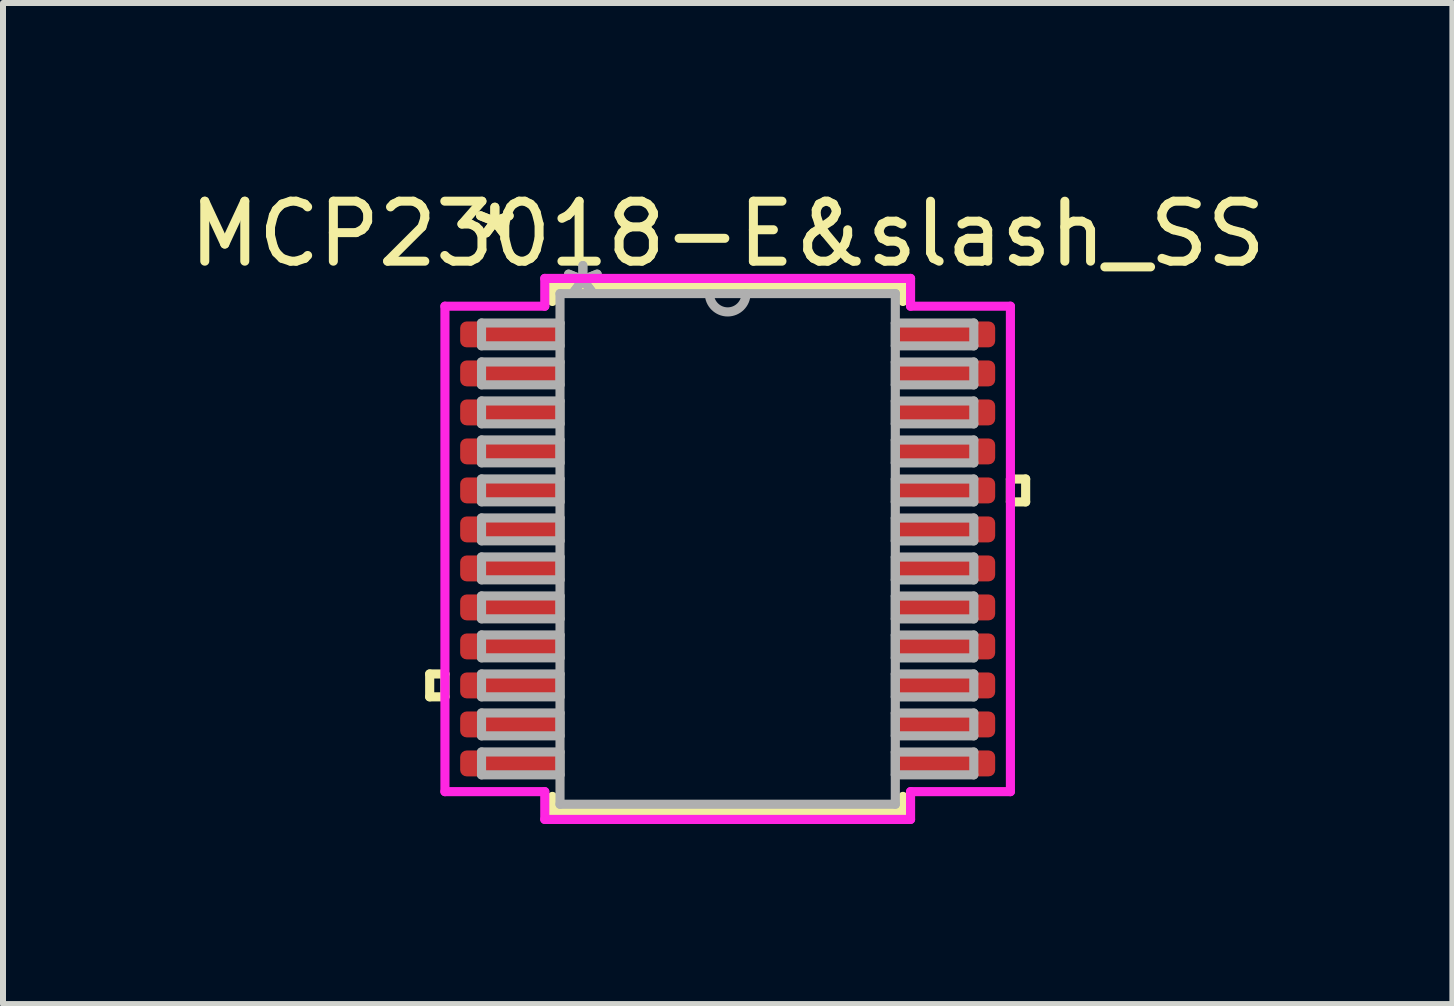
<source format=kicad_pcb>
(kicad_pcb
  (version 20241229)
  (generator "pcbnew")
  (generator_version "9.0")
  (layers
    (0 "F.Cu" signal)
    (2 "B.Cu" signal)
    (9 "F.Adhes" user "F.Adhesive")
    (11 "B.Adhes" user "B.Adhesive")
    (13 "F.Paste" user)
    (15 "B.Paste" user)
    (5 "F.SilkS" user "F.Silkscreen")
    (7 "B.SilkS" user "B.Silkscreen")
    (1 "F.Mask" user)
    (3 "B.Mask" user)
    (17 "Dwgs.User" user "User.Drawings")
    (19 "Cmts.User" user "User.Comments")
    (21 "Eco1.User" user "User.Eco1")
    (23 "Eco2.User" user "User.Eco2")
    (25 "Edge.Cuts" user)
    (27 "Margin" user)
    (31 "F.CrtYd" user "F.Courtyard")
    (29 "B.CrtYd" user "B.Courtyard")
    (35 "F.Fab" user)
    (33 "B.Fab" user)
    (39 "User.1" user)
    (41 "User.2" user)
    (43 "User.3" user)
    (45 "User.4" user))
  (footprint "MCP23018-E&slash_SS"
    (layer "F.Cu")
    (at 9.077 6.098)
    (property "Reference" "MCP23018-E&slash_SS" (at 0 -5.25 0) (layer "F.SilkS") (effects (font (size 1 1) (thickness 0.15))))
    (attr smd)
    (fp_line (start -4.966 2.084) (end -4.966 2.465) (stroke (width 0.152) (type solid)) (layer "F.SilkS"))
    (fp_line (start -4.966 2.465) (end -4.712 2.465) (stroke (width 0.152) (type solid)) (layer "F.SilkS"))
    (fp_line (start -4.712 2.084) (end -4.966 2.084) (stroke (width 0.152) (type solid)) (layer "F.SilkS"))
    (fp_line (start -4.712 2.465) (end -4.712 2.084) (stroke (width 0.152) (type solid)) (layer "F.SilkS"))
    (fp_line (start -2.921 -4.381) (end -2.921 -4.124) (stroke (width 0.152) (type solid)) (layer "F.SilkS"))
    (fp_line (start -2.921 4.124) (end -2.921 4.381) (stroke (width 0.152) (type solid)) (layer "F.SilkS"))
    (fp_line (start -2.921 4.381) (end 2.921 4.381) (stroke (width 0.152) (type solid)) (layer "F.SilkS"))
    (fp_line (start 2.921 -4.381) (end -2.921 -4.381) (stroke (width 0.152) (type solid)) (layer "F.SilkS"))
    (fp_line (start 2.921 -4.124) (end 2.921 -4.381) (stroke (width 0.152) (type solid)) (layer "F.SilkS"))
    (fp_line (start 2.921 4.381) (end 2.921 4.124) (stroke (width 0.152) (type solid)) (layer "F.SilkS"))
    (fp_line (start 4.712 -1.165) (end 4.966 -1.165) (stroke (width 0.152) (type solid)) (layer "F.SilkS"))
    (fp_line (start 4.712 -0.784) (end 4.712 -1.165) (stroke (width 0.152) (type solid)) (layer "F.SilkS"))
    (fp_line (start 4.966 -1.165) (end 4.966 -0.784) (stroke (width 0.152) (type solid)) (layer "F.SilkS"))
    (fp_line (start 4.966 -0.784) (end 4.712 -0.784) (stroke (width 0.152) (type solid)) (layer "F.SilkS"))
    (fp_line (start -4.712 -4.045) (end -3.048 -4.045) (stroke (width 0.152) (type solid)) (layer "F.CrtYd"))
    (fp_line (start -4.712 4.045) (end -4.712 -4.045) (stroke (width 0.152) (type solid)) (layer "F.CrtYd"))
    (fp_line (start -3.048 -4.508) (end 3.048 -4.508) (stroke (width 0.152) (type solid)) (layer "F.CrtYd"))
    (fp_line (start -3.048 -4.045) (end -3.048 -4.508) (stroke (width 0.152) (type solid)) (layer "F.CrtYd"))
    (fp_line (start -3.048 4.045) (end -4.712 4.045) (stroke (width 0.152) (type solid)) (layer "F.CrtYd"))
    (fp_line (start -3.048 4.508) (end -3.048 4.045) (stroke (width 0.152) (type solid)) (layer "F.CrtYd"))
    (fp_line (start 3.048 -4.508) (end 3.048 -4.045) (stroke (width 0.152) (type solid)) (layer "F.CrtYd"))
    (fp_line (start 3.048 -4.045) (end 4.712 -4.045) (stroke (width 0.152) (type solid)) (layer "F.CrtYd"))
    (fp_line (start 3.048 4.045) (end 3.048 4.508) (stroke (width 0.152) (type solid)) (layer "F.CrtYd"))
    (fp_line (start 3.048 4.508) (end -3.048 4.508) (stroke (width 0.152) (type solid)) (layer "F.CrtYd"))
    (fp_line (start 4.712 -4.045) (end 4.712 4.045) (stroke (width 0.152) (type solid)) (layer "F.CrtYd"))
    (fp_line (start 4.712 4.045) (end 3.048 4.045) (stroke (width 0.152) (type solid)) (layer "F.CrtYd"))
    (fp_line (start -4.102 -3.765) (end -4.102 -3.385) (stroke (width 0.152) (type solid)) (layer "F.Fab"))
    (fp_line (start -4.102 -3.385) (end -2.794 -3.385) (stroke (width 0.152) (type solid)) (layer "F.Fab"))
    (fp_line (start -4.102 -3.116) (end -4.102 -2.735) (stroke (width 0.152) (type solid)) (layer "F.Fab"))
    (fp_line (start -4.102 -2.735) (end -2.794 -2.735) (stroke (width 0.152) (type solid)) (layer "F.Fab"))
    (fp_line (start -4.102 -2.466) (end -4.102 -2.085) (stroke (width 0.152) (type solid)) (layer "F.Fab"))
    (fp_line (start -4.102 -2.085) (end -2.794 -2.085) (stroke (width 0.152) (type solid)) (layer "F.Fab"))
    (fp_line (start -4.102 -1.816) (end -4.102 -1.435) (stroke (width 0.152) (type solid)) (layer "F.Fab"))
    (fp_line (start -4.102 -1.435) (end -2.794 -1.435) (stroke (width 0.152) (type solid)) (layer "F.Fab"))
    (fp_line (start -4.102 -1.166) (end -4.102 -0.785) (stroke (width 0.152) (type solid)) (layer "F.Fab"))
    (fp_line (start -4.102 -0.785) (end -2.794 -0.785) (stroke (width 0.152) (type solid)) (layer "F.Fab"))
    (fp_line (start -4.102 -0.516) (end -4.102 -0.135) (stroke (width 0.152) (type solid)) (layer "F.Fab"))
    (fp_line (start -4.102 -0.135) (end -2.794 -0.135) (stroke (width 0.152) (type solid)) (layer "F.Fab"))
    (fp_line (start -4.102 0.134) (end -4.102 0.515) (stroke (width 0.152) (type solid)) (layer "F.Fab"))
    (fp_line (start -4.102 0.515) (end -2.794 0.515) (stroke (width 0.152) (type solid)) (layer "F.Fab"))
    (fp_line (start -4.102 0.784) (end -4.102 1.165) (stroke (width 0.152) (type solid)) (layer "F.Fab"))
    (fp_line (start -4.102 1.165) (end -2.794 1.165) (stroke (width 0.152) (type solid)) (layer "F.Fab"))
    (fp_line (start -4.102 1.434) (end -4.102 1.815) (stroke (width 0.152) (type solid)) (layer "F.Fab"))
    (fp_line (start -4.102 1.815) (end -2.794 1.815) (stroke (width 0.152) (type solid)) (layer "F.Fab"))
    (fp_line (start -4.102 2.084) (end -4.102 2.465) (stroke (width 0.152) (type solid)) (layer "F.Fab"))
    (fp_line (start -4.102 2.465) (end -2.794 2.465) (stroke (width 0.152) (type solid)) (layer "F.Fab"))
    (fp_line (start -4.102 2.734) (end -4.102 3.115) (stroke (width 0.152) (type solid)) (layer "F.Fab"))
    (fp_line (start -4.102 3.115) (end -2.794 3.115) (stroke (width 0.152) (type solid)) (layer "F.Fab"))
    (fp_line (start -4.102 3.384) (end -4.102 3.765) (stroke (width 0.152) (type solid)) (layer "F.Fab"))
    (fp_line (start -4.102 3.765) (end -2.794 3.765) (stroke (width 0.152) (type solid)) (layer "F.Fab"))
    (fp_line (start -2.794 -4.255) (end -2.794 4.255) (stroke (width 0.152) (type solid)) (layer "F.Fab"))
    (fp_line (start -2.794 -3.765) (end -4.102 -3.765) (stroke (width 0.152) (type solid)) (layer "F.Fab"))
    (fp_line (start -2.794 -3.385) (end -2.794 -3.765) (stroke (width 0.152) (type solid)) (layer "F.Fab"))
    (fp_line (start -2.794 -3.116) (end -4.102 -3.116) (stroke (width 0.152) (type solid)) (layer "F.Fab"))
    (fp_line (start -2.794 -2.735) (end -2.794 -3.116) (stroke (width 0.152) (type solid)) (layer "F.Fab"))
    (fp_line (start -2.794 -2.466) (end -4.102 -2.466) (stroke (width 0.152) (type solid)) (layer "F.Fab"))
    (fp_line (start -2.794 -2.085) (end -2.794 -2.466) (stroke (width 0.152) (type solid)) (layer "F.Fab"))
    (fp_line (start -2.794 -1.816) (end -4.102 -1.816) (stroke (width 0.152) (type solid)) (layer "F.Fab"))
    (fp_line (start -2.794 -1.435) (end -2.794 -1.816) (stroke (width 0.152) (type solid)) (layer "F.Fab"))
    (fp_line (start -2.794 -1.166) (end -4.102 -1.166) (stroke (width 0.152) (type solid)) (layer "F.Fab"))
    (fp_line (start -2.794 -0.785) (end -2.794 -1.166) (stroke (width 0.152) (type solid)) (layer "F.Fab"))
    (fp_line (start -2.794 -0.516) (end -4.102 -0.516) (stroke (width 0.152) (type solid)) (layer "F.Fab"))
    (fp_line (start -2.794 -0.135) (end -2.794 -0.516) (stroke (width 0.152) (type solid)) (layer "F.Fab"))
    (fp_line (start -2.794 0.134) (end -4.102 0.134) (stroke (width 0.152) (type solid)) (layer "F.Fab"))
    (fp_line (start -2.794 0.515) (end -2.794 0.134) (stroke (width 0.152) (type solid)) (layer "F.Fab"))
    (fp_line (start -2.794 0.784) (end -4.102 0.784) (stroke (width 0.152) (type solid)) (layer "F.Fab"))
    (fp_line (start -2.794 1.165) (end -2.794 0.784) (stroke (width 0.152) (type solid)) (layer "F.Fab"))
    (fp_line (start -2.794 1.434) (end -4.102 1.434) (stroke (width 0.152) (type solid)) (layer "F.Fab"))
    (fp_line (start -2.794 1.815) (end -2.794 1.434) (stroke (width 0.152) (type solid)) (layer "F.Fab"))
    (fp_line (start -2.794 2.084) (end -4.102 2.084) (stroke (width 0.152) (type solid)) (layer "F.Fab"))
    (fp_line (start -2.794 2.465) (end -2.794 2.084) (stroke (width 0.152) (type solid)) (layer "F.Fab"))
    (fp_line (start -2.794 2.734) (end -4.102 2.734) (stroke (width 0.152) (type solid)) (layer "F.Fab"))
    (fp_line (start -2.794 3.115) (end -2.794 2.734) (stroke (width 0.152) (type solid)) (layer "F.Fab"))
    (fp_line (start -2.794 3.384) (end -4.102 3.384) (stroke (width 0.152) (type solid)) (layer "F.Fab"))
    (fp_line (start -2.794 3.765) (end -2.794 3.384) (stroke (width 0.152) (type solid)) (layer "F.Fab"))
    (fp_line (start -2.794 4.255) (end 2.794 4.255) (stroke (width 0.152) (type solid)) (layer "F.Fab"))
    (fp_line (start 2.794 -4.255) (end -2.794 -4.255) (stroke (width 0.152) (type solid)) (layer "F.Fab"))
    (fp_line (start 2.794 -3.765) (end 2.794 -3.384) (stroke (width 0.152) (type solid)) (layer "F.Fab"))
    (fp_line (start 2.794 -3.384) (end 4.102 -3.384) (stroke (width 0.152) (type solid)) (layer "F.Fab"))
    (fp_line (start 2.794 -3.115) (end 2.794 -2.734) (stroke (width 0.152) (type solid)) (layer "F.Fab"))
    (fp_line (start 2.794 -2.734) (end 4.102 -2.734) (stroke (width 0.152) (type solid)) (layer "F.Fab"))
    (fp_line (start 2.794 -2.465) (end 2.794 -2.084) (stroke (width 0.152) (type solid)) (layer "F.Fab"))
    (fp_line (start 2.794 -2.084) (end 4.102 -2.084) (stroke (width 0.152) (type solid)) (layer "F.Fab"))
    (fp_line (start 2.794 -1.815) (end 2.794 -1.434) (stroke (width 0.152) (type solid)) (layer "F.Fab"))
    (fp_line (start 2.794 -1.434) (end 4.102 -1.434) (stroke (width 0.152) (type solid)) (layer "F.Fab"))
    (fp_line (start 2.794 -1.165) (end 2.794 -0.784) (stroke (width 0.152) (type solid)) (layer "F.Fab"))
    (fp_line (start 2.794 -0.784) (end 4.102 -0.784) (stroke (width 0.152) (type solid)) (layer "F.Fab"))
    (fp_line (start 2.794 -0.515) (end 2.794 -0.134) (stroke (width 0.152) (type solid)) (layer "F.Fab"))
    (fp_line (start 2.794 -0.134) (end 4.102 -0.134) (stroke (width 0.152) (type solid)) (layer "F.Fab"))
    (fp_line (start 2.794 0.135) (end 2.794 0.516) (stroke (width 0.152) (type solid)) (layer "F.Fab"))
    (fp_line (start 2.794 0.516) (end 4.102 0.516) (stroke (width 0.152) (type solid)) (layer "F.Fab"))
    (fp_line (start 2.794 0.785) (end 2.794 1.166) (stroke (width 0.152) (type solid)) (layer "F.Fab"))
    (fp_line (start 2.794 1.166) (end 4.102 1.166) (stroke (width 0.152) (type solid)) (layer "F.Fab"))
    (fp_line (start 2.794 1.435) (end 2.794 1.816) (stroke (width 0.152) (type solid)) (layer "F.Fab"))
    (fp_line (start 2.794 1.816) (end 4.102 1.816) (stroke (width 0.152) (type solid)) (layer "F.Fab"))
    (fp_line (start 2.794 2.084) (end 2.794 2.466) (stroke (width 0.152) (type solid)) (layer "F.Fab"))
    (fp_line (start 2.794 2.466) (end 4.102 2.466) (stroke (width 0.152) (type solid)) (layer "F.Fab"))
    (fp_line (start 2.794 2.735) (end 2.794 3.115) (stroke (width 0.152) (type solid)) (layer "F.Fab"))
    (fp_line (start 2.794 3.115) (end 4.102 3.115) (stroke (width 0.152) (type solid)) (layer "F.Fab"))
    (fp_line (start 2.794 3.385) (end 2.794 3.765) (stroke (width 0.152) (type solid)) (layer "F.Fab"))
    (fp_line (start 2.794 3.765) (end 4.102 3.765) (stroke (width 0.152) (type solid)) (layer "F.Fab"))
    (fp_line (start 2.794 4.255) (end 2.794 -4.255) (stroke (width 0.152) (type solid)) (layer "F.Fab"))
    (fp_line (start 4.102 -3.765) (end 2.794 -3.765) (stroke (width 0.152) (type solid)) (layer "F.Fab"))
    (fp_line (start 4.102 -3.384) (end 4.102 -3.765) (stroke (width 0.152) (type solid)) (layer "F.Fab"))
    (fp_line (start 4.102 -3.115) (end 2.794 -3.115) (stroke (width 0.152) (type solid)) (layer "F.Fab"))
    (fp_line (start 4.102 -2.734) (end 4.102 -3.115) (stroke (width 0.152) (type solid)) (layer "F.Fab"))
    (fp_line (start 4.102 -2.465) (end 2.794 -2.465) (stroke (width 0.152) (type solid)) (layer "F.Fab"))
    (fp_line (start 4.102 -2.084) (end 4.102 -2.465) (stroke (width 0.152) (type solid)) (layer "F.Fab"))
    (fp_line (start 4.102 -1.815) (end 2.794 -1.815) (stroke (width 0.152) (type solid)) (layer "F.Fab"))
    (fp_line (start 4.102 -1.434) (end 4.102 -1.815) (stroke (width 0.152) (type solid)) (layer "F.Fab"))
    (fp_line (start 4.102 -1.165) (end 2.794 -1.165) (stroke (width 0.152) (type solid)) (layer "F.Fab"))
    (fp_line (start 4.102 -0.784) (end 4.102 -1.165) (stroke (width 0.152) (type solid)) (layer "F.Fab"))
    (fp_line (start 4.102 -0.515) (end 2.794 -0.515) (stroke (width 0.152) (type solid)) (layer "F.Fab"))
    (fp_line (start 4.102 -0.134) (end 4.102 -0.515) (stroke (width 0.152) (type solid)) (layer "F.Fab"))
    (fp_line (start 4.102 0.135) (end 2.794 0.135) (stroke (width 0.152) (type solid)) (layer "F.Fab"))
    (fp_line (start 4.102 0.516) (end 4.102 0.135) (stroke (width 0.152) (type solid)) (layer "F.Fab"))
    (fp_line (start 4.102 0.785) (end 2.794 0.785) (stroke (width 0.152) (type solid)) (layer "F.Fab"))
    (fp_line (start 4.102 1.166) (end 4.102 0.785) (stroke (width 0.152) (type solid)) (layer "F.Fab"))
    (fp_line (start 4.102 1.435) (end 2.794 1.435) (stroke (width 0.152) (type solid)) (layer "F.Fab"))
    (fp_line (start 4.102 1.816) (end 4.102 1.435) (stroke (width 0.152) (type solid)) (layer "F.Fab"))
    (fp_line (start 4.102 2.084) (end 2.794 2.084) (stroke (width 0.152) (type solid)) (layer "F.Fab"))
    (fp_line (start 4.102 2.466) (end 4.102 2.084) (stroke (width 0.152) (type solid)) (layer "F.Fab"))
    (fp_line (start 4.102 2.735) (end 2.794 2.735) (stroke (width 0.152) (type solid)) (layer "F.Fab"))
    (fp_line (start 4.102 3.115) (end 4.102 2.735) (stroke (width 0.152) (type solid)) (layer "F.Fab"))
    (fp_line (start 4.102 3.385) (end 2.794 3.385) (stroke (width 0.152) (type solid)) (layer "F.Fab"))
    (fp_line (start 4.102 3.765) (end 4.102 3.385) (stroke (width 0.152) (type solid)) (layer "F.Fab"))
    (fp_arc (start 0.3048 -4.2545) (mid 0 -3.9497) (end -0.3048 -4.2545) (stroke (width 0.1524) (type solid)) (layer "F.Fab"))
    (fp_text user "*" (at -3.88 -5.15 0) (layer "F.SilkS") (effects (font (size 1 1) (thickness 0.15))))
    (fp_text user "*" (at -3.88 -5.15 0) (layer "F.SilkS") (effects (font (size 1 1) (thickness 0.15))))
    (fp_text user "*" (at -2.413 -4.178 0) (layer "F.Fab") (effects (font (size 1 1) (thickness 0.15))))
    (fp_text user "*" (at -2.413 -4.178 0) (layer "F.Fab") (effects (font (size 1 1) (thickness 0.15))))
    (pad "1" smd roundrect (at -3.626 -3.575) (size 1.664 0.432) (layers "F.Cu" "F.Mask" "F.Paste") (roundrect_rratio 0.25))
    (pad "2" smd roundrect (at -3.626 -2.925) (size 1.664 0.432) (layers "F.Cu" "F.Mask" "F.Paste") (roundrect_rratio 0.25))
    (pad "3" smd roundrect (at -3.626 -2.275) (size 1.664 0.432) (layers "F.Cu" "F.Mask" "F.Paste") (roundrect_rratio 0.25))
    (pad "4" smd roundrect (at -3.626 -1.625) (size 1.664 0.432) (layers "F.Cu" "F.Mask" "F.Paste") (roundrect_rratio 0.25))
    (pad "5" smd roundrect (at -3.626 -0.975) (size 1.664 0.432) (layers "F.Cu" "F.Mask" "F.Paste") (roundrect_rratio 0.25))
    (pad "6" smd roundrect (at -3.626 -0.325) (size 1.664 0.432) (layers "F.Cu" "F.Mask" "F.Paste") (roundrect_rratio 0.25))
    (pad "7" smd roundrect (at -3.626 0.325) (size 1.664 0.432) (layers "F.Cu" "F.Mask" "F.Paste") (roundrect_rratio 0.25))
    (pad "8" smd roundrect (at -3.626 0.975) (size 1.664 0.432) (layers "F.Cu" "F.Mask" "F.Paste") (roundrect_rratio 0.25))
    (pad "9" smd roundrect (at -3.626 1.625) (size 1.664 0.432) (layers "F.Cu" "F.Mask" "F.Paste") (roundrect_rratio 0.25))
    (pad "10" smd roundrect (at -3.626 2.275) (size 1.664 0.432) (layers "F.Cu" "F.Mask" "F.Paste") (roundrect_rratio 0.25))
    (pad "11" smd roundrect (at -3.626 2.925) (size 1.664 0.432) (layers "F.Cu" "F.Mask" "F.Paste") (roundrect_rratio 0.25))
    (pad "12" smd roundrect (at -3.626 3.575) (size 1.664 0.432) (layers "F.Cu" "F.Mask" "F.Paste") (roundrect_rratio 0.25))
    (pad "13" smd roundrect (at 3.626 3.575) (size 1.664 0.432) (layers "F.Cu" "F.Mask" "F.Paste") (roundrect_rratio 0.25))
    (pad "14" smd roundrect (at 3.626 2.925) (size 1.664 0.432) (layers "F.Cu" "F.Mask" "F.Paste") (roundrect_rratio 0.25))
    (pad "15" smd roundrect (at 3.626 2.275) (size 1.664 0.432) (layers "F.Cu" "F.Mask" "F.Paste") (roundrect_rratio 0.25))
    (pad "16" smd roundrect (at 3.626 1.625) (size 1.664 0.432) (layers "F.Cu" "F.Mask" "F.Paste") (roundrect_rratio 0.25))
    (pad "17" smd roundrect (at 3.626 0.975) (size 1.664 0.432) (layers "F.Cu" "F.Mask" "F.Paste") (roundrect_rratio 0.25))
    (pad "18" smd roundrect (at 3.626 0.325) (size 1.664 0.432) (layers "F.Cu" "F.Mask" "F.Paste") (roundrect_rratio 0.25))
    (pad "19" smd roundrect (at 3.626 -0.325) (size 1.664 0.432) (layers "F.Cu" "F.Mask" "F.Paste") (roundrect_rratio 0.25))
    (pad "20" smd roundrect (at 3.626 -0.975) (size 1.664 0.432) (layers "F.Cu" "F.Mask" "F.Paste") (roundrect_rratio 0.25))
    (pad "21" smd roundrect (at 3.626 -1.625) (size 1.664 0.432) (layers "F.Cu" "F.Mask" "F.Paste") (roundrect_rratio 0.25))
    (pad "22" smd roundrect (at 3.626 -2.275) (size 1.664 0.432) (layers "F.Cu" "F.Mask" "F.Paste") (roundrect_rratio 0.25))
    (pad "23" smd roundrect (at 3.626 -2.925) (size 1.664 0.432) (layers "F.Cu" "F.Mask" "F.Paste") (roundrect_rratio 0.25))
    (pad "24" smd roundrect (at 3.626 -3.575) (size 1.664 0.432) (layers "F.Cu" "F.Mask" "F.Paste") (roundrect_rratio 0.25)))
  (gr_rect
    (start -3 -3)
    (end 21.155 13.683)
    (stroke (width 0.1) (type default))
    (fill no)
    (layer "Edge.Cuts")))
</source>
